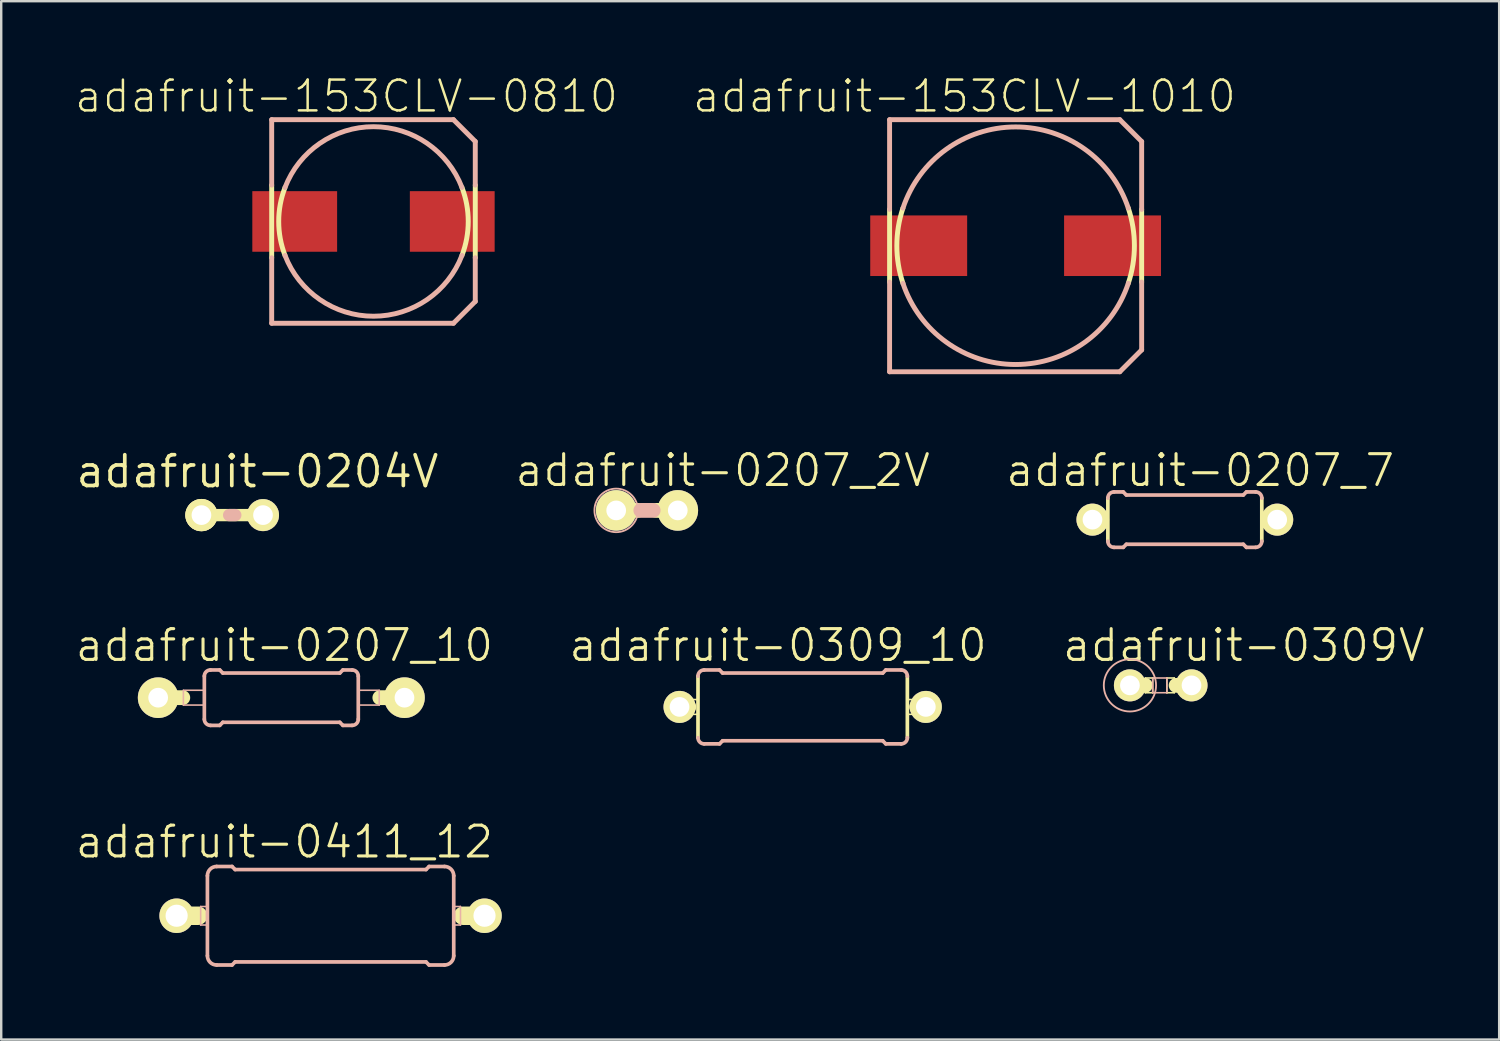
<source format=kicad_pcb>
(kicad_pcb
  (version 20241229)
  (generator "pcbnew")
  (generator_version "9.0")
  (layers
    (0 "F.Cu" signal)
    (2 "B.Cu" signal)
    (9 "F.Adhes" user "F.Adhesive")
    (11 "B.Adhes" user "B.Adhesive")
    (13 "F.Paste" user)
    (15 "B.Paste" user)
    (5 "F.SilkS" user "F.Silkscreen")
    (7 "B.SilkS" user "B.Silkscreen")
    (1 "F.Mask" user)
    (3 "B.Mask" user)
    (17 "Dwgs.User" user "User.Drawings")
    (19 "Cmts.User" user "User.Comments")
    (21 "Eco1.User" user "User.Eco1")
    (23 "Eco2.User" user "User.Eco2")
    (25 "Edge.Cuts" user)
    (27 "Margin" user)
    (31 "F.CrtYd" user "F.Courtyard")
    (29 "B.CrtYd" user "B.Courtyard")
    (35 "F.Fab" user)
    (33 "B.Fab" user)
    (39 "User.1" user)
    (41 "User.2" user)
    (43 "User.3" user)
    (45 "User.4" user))
  (footprint "adafruit-0204V"
    (layer "F.Cu")
    (at 6.529 18.198)
    (property "Reference" "adafruit-0204V" (at 1.041 -1.801 0) (layer "F.SilkS") (effects (font (size 1.27 1.27) (thickness 0.152))))
    (attr exclude_from_pos_files exclude_from_bom)
    (fp_line (start -1.27 0) (end 1.27 0) (stroke (width 0.508) (type solid)) (layer "F.SilkS"))
    (fp_circle (center -1.27 0) (end -1.714 0.445) (stroke (width 0.076) (type solid)) (fill no) (layer "F.SilkS"))
    (fp_circle (center -1.27 0) (end -1.587 0.318) (stroke (width 0.025) (type solid)) (fill no) (layer "F.SilkS"))
    (fp_line (start -0.127 0) (end 0.127 0) (stroke (width 0.508) (type solid)) (layer "B.SilkS"))
    (pad "1" thru_hole circle (at -1.27 0) (size 1.321 1.321) (drill 0.813) (layers "*.Cu" "F.Mask" "F.SilkS" "F.Paste"))
    (pad "2" thru_hole circle (at 1.27 0) (size 1.321 1.321) (drill 0.813) (layers "*.Cu" "F.Mask" "F.SilkS" "F.Paste")))
  (footprint "adafruit-0411_12"
    (layer "F.Cu")
    (at 10.586 34.724)
    (property "Reference" "adafruit-0411_12" (at -1.905 -3.048 0) (layer "F.SilkS") (effects (font (size 1.27 1.27) (thickness 0.127))))
    (attr exclude_from_pos_files exclude_from_bom)
    (fp_line (start -6.35 0) (end -5.461 0) (stroke (width 0.762) (type solid)) (layer "F.SilkS"))
    (fp_line (start 6.35 0) (end 5.461 0) (stroke (width 0.762) (type solid)) (layer "F.SilkS"))
    (fp_line (start -5.359 -0.381) (end -5.08 -0.381) (stroke (width 0.066) (type solid)) (layer "B.SilkS"))
    (fp_line (start -5.359 0.381) (end -5.359 -0.381) (stroke (width 0.066) (type solid)) (layer "B.SilkS"))
    (fp_line (start -5.359 0.381) (end -5.08 0.381) (stroke (width 0.066) (type solid)) (layer "B.SilkS"))
    (fp_line (start -5.08 -1.651) (end -5.08 1.651) (stroke (width 0.152) (type solid)) (layer "B.SilkS"))
    (fp_line (start -5.08 0.381) (end -5.08 -0.381) (stroke (width 0.066) (type solid)) (layer "B.SilkS"))
    (fp_line (start -4.699 -2.032) (end -4.064 -2.032) (stroke (width 0.152) (type solid)) (layer "B.SilkS"))
    (fp_line (start -4.699 2.032) (end -4.064 2.032) (stroke (width 0.152) (type solid)) (layer "B.SilkS"))
    (fp_line (start -3.937 -1.905) (end -4.064 -2.032) (stroke (width 0.152) (type solid)) (layer "B.SilkS"))
    (fp_line (start -3.937 -1.905) (end 3.937 -1.905) (stroke (width 0.152) (type solid)) (layer "B.SilkS"))
    (fp_line (start -3.937 1.905) (end -4.064 2.032) (stroke (width 0.152) (type solid)) (layer "B.SilkS"))
    (fp_line (start -3.937 1.905) (end 3.937 1.905) (stroke (width 0.152) (type solid)) (layer "B.SilkS"))
    (fp_line (start 3.937 -1.905) (end 4.064 -2.032) (stroke (width 0.152) (type solid)) (layer "B.SilkS"))
    (fp_line (start 3.937 1.905) (end 4.064 2.032) (stroke (width 0.152) (type solid)) (layer "B.SilkS"))
    (fp_line (start 4.699 -2.032) (end 4.064 -2.032) (stroke (width 0.152) (type solid)) (layer "B.SilkS"))
    (fp_line (start 4.699 2.032) (end 4.064 2.032) (stroke (width 0.152) (type solid)) (layer "B.SilkS"))
    (fp_line (start 5.08 -0.381) (end 5.359 -0.381) (stroke (width 0.066) (type solid)) (layer "B.SilkS"))
    (fp_line (start 5.08 0.381) (end 5.08 -0.381) (stroke (width 0.066) (type solid)) (layer "B.SilkS"))
    (fp_line (start 5.08 0.381) (end 5.359 0.381) (stroke (width 0.066) (type solid)) (layer "B.SilkS"))
    (fp_line (start 5.08 1.651) (end 5.08 -1.651) (stroke (width 0.152) (type solid)) (layer "B.SilkS"))
    (fp_line (start 5.359 0.381) (end 5.359 -0.381) (stroke (width 0.066) (type solid)) (layer "B.SilkS"))
    (fp_arc (start -5.08 -1.651) (mid -4.968408 -1.920408) (end -4.699 -2.032) (stroke (width 0.1524) (type solid)) (layer "B.SilkS"))
    (fp_arc (start -4.699 2.032) (mid -4.968408 1.920408) (end -5.08 1.651) (stroke (width 0.1524) (type solid)) (layer "B.SilkS"))
    (fp_arc (start 4.699 -2.032) (mid 4.968408 -1.920408) (end 5.08 -1.651) (stroke (width 0.1524) (type solid)) (layer "B.SilkS"))
    (fp_arc (start 5.08 1.651) (mid 4.968408 1.920408) (end 4.699 2.032) (stroke (width 0.1524) (type solid)) (layer "B.SilkS"))
    (pad "1" thru_hole circle (at -6.35 0) (size 1.422 1.422) (drill 0.914) (layers "*.Cu" "F.Mask" "F.SilkS" "F.Paste"))
    (pad "2" thru_hole circle (at 6.35 0) (size 1.422 1.422) (drill 0.914) (layers "*.Cu" "F.Mask" "F.SilkS" "F.Paste")))
  (footprint "adafruit-0309_10"
    (layer "F.Cu")
    (at 30.06 26.11)
    (property "Reference" "adafruit-0309_10" (at -1.016 -2.54 0) (layer "F.SilkS") (effects (font (size 1.27 1.27) (thickness 0.127))))
    (attr exclude_from_pos_files exclude_from_bom)
    (fp_line (start -4.699 0) (end -5.08 0) (stroke (width 0.61) (type solid)) (layer "F.SilkS"))
    (fp_line (start -4.623 -0.305) (end -4.318 -0.305) (stroke (width 0.066) (type solid)) (layer "F.SilkS"))
    (fp_line (start -4.623 0.305) (end -4.623 -0.305) (stroke (width 0.066) (type solid)) (layer "F.SilkS"))
    (fp_line (start -4.623 0.305) (end -4.318 0.305) (stroke (width 0.066) (type solid)) (layer "F.SilkS"))
    (fp_line (start -4.318 0.305) (end -4.318 -0.305) (stroke (width 0.066) (type solid)) (layer "F.SilkS"))
    (fp_line (start -4.318 1.27) (end -4.318 -1.27) (stroke (width 0.152) (type solid)) (layer "F.SilkS"))
    (fp_line (start 4.318 -0.305) (end 4.623 -0.305) (stroke (width 0.066) (type solid)) (layer "F.SilkS"))
    (fp_line (start 4.318 0.305) (end 4.318 -0.305) (stroke (width 0.066) (type solid)) (layer "F.SilkS"))
    (fp_line (start 4.318 0.305) (end 4.623 0.305) (stroke (width 0.066) (type solid)) (layer "F.SilkS"))
    (fp_line (start 4.318 1.27) (end 4.318 -1.27) (stroke (width 0.152) (type solid)) (layer "F.SilkS"))
    (fp_line (start 4.623 0.305) (end 4.623 -0.305) (stroke (width 0.066) (type solid)) (layer "F.SilkS"))
    (fp_line (start 5.08 0) (end 4.699 0) (stroke (width 0.61) (type solid)) (layer "F.SilkS"))
    (fp_line (start -4.064 -1.524) (end -3.429 -1.524) (stroke (width 0.152) (type solid)) (layer "B.SilkS"))
    (fp_line (start -4.064 1.524) (end -3.429 1.524) (stroke (width 0.152) (type solid)) (layer "B.SilkS"))
    (fp_line (start -3.302 -1.397) (end -3.429 -1.524) (stroke (width 0.152) (type solid)) (layer "B.SilkS"))
    (fp_line (start -3.302 1.397) (end -3.429 1.524) (stroke (width 0.152) (type solid)) (layer "B.SilkS"))
    (fp_line (start 3.302 -1.397) (end -3.302 -1.397) (stroke (width 0.152) (type solid)) (layer "B.SilkS"))
    (fp_line (start 3.302 -1.397) (end 3.429 -1.524) (stroke (width 0.152) (type solid)) (layer "B.SilkS"))
    (fp_line (start 3.302 1.397) (end -3.302 1.397) (stroke (width 0.152) (type solid)) (layer "B.SilkS"))
    (fp_line (start 3.302 1.397) (end 3.429 1.524) (stroke (width 0.152) (type solid)) (layer "B.SilkS"))
    (fp_line (start 4.064 -1.524) (end 3.429 -1.524) (stroke (width 0.152) (type solid)) (layer "B.SilkS"))
    (fp_line (start 4.064 1.524) (end 3.429 1.524) (stroke (width 0.152) (type solid)) (layer "B.SilkS"))
    (fp_arc (start -4.318 -1.27) (mid -4.243605 -1.449605) (end -4.064 -1.524) (stroke (width 0.1524) (type solid)) (layer "B.SilkS"))
    (fp_arc (start -4.064 1.524) (mid -4.243605 1.449605) (end -4.318 1.27) (stroke (width 0.1524) (type solid)) (layer "B.SilkS"))
    (fp_arc (start 4.064 -1.524) (mid 4.243605 -1.449605) (end 4.318 -1.27) (stroke (width 0.1524) (type solid)) (layer "B.SilkS"))
    (fp_arc (start 4.318 1.27) (mid 4.243605 1.449605) (end 4.064 1.524) (stroke (width 0.1524) (type solid)) (layer "B.SilkS"))
    (pad "1" thru_hole circle (at -5.08 0) (size 1.321 1.321) (drill 0.813) (layers "*.Cu" "F.Mask" "F.SilkS" "F.Paste"))
    (pad "2" thru_hole circle (at 5.08 0) (size 1.321 1.321) (drill 0.813) (layers "*.Cu" "F.Mask" "F.SilkS" "F.Paste")))
  (footprint "adafruit-0207_2V"
    (layer "F.Cu")
    (at 23.638 18.004)
    (property "Reference" "adafruit-0207_2V" (at 3.124 -1.651 0) (layer "F.SilkS") (effects (font (size 1.27 1.27) (thickness 0.127))))
    (attr exclude_from_pos_files exclude_from_bom)
    (fp_line (start -1.27 0) (end -0.381 0) (stroke (width 0.61) (type solid)) (layer "F.SilkS"))
    (fp_line (start 0.381 0) (end 1.27 0) (stroke (width 0.61) (type solid)) (layer "F.SilkS"))
    (fp_circle (center -1.27 0) (end -1.778 0.508) (stroke (width 0.076) (type solid)) (fill no) (layer "F.SilkS"))
    (fp_line (start -0.254 0) (end 0.254 0) (stroke (width 0.61) (type solid)) (layer "B.SilkS"))
    (fp_circle (center -1.27 0) (end -1.905 0.635) (stroke (width 0.076) (type solid)) (fill no) (layer "B.SilkS"))
    (pad "1" thru_hole circle (at -1.27 0) (size 1.676 1.676) (drill 0.813) (layers "*.Cu" "F.Mask" "F.SilkS" "F.Paste"))
    (pad "2" thru_hole circle (at 1.27 0) (size 1.676 1.676) (drill 0.813) (layers "*.Cu" "F.Mask" "F.SilkS" "F.Paste")))
  (footprint "adafruit-0309V"
    (layer "F.Cu")
    (at 44.829 25.221)
    (property "Reference" "adafruit-0309V" (at 3.429 -1.651 0) (layer "F.SilkS") (effects (font (size 1.27 1.27) (thickness 0.127))))
    (attr exclude_from_pos_files exclude_from_bom)
    (fp_line (start -0.635 -0.305) (end -0.33 -0.305) (stroke (width 0.066) (type solid)) (layer "F.SilkS"))
    (fp_line (start -0.635 0) (end -1.27 0) (stroke (width 0.61) (type solid)) (layer "F.SilkS"))
    (fp_line (start -0.635 0.305) (end -0.635 -0.305) (stroke (width 0.066) (type solid)) (layer "F.SilkS"))
    (fp_line (start -0.635 0.305) (end -0.33 0.305) (stroke (width 0.066) (type solid)) (layer "F.SilkS"))
    (fp_line (start -0.33 0.305) (end -0.33 -0.305) (stroke (width 0.066) (type solid)) (layer "F.SilkS"))
    (fp_line (start 0.254 -0.305) (end 0.559 -0.305) (stroke (width 0.066) (type solid)) (layer "F.SilkS"))
    (fp_line (start 0.254 0.305) (end 0.254 -0.305) (stroke (width 0.066) (type solid)) (layer "F.SilkS"))
    (fp_line (start 0.254 0.305) (end 0.559 0.305) (stroke (width 0.066) (type solid)) (layer "F.SilkS"))
    (fp_line (start 0.559 0.305) (end 0.559 -0.305) (stroke (width 0.066) (type solid)) (layer "F.SilkS"))
    (fp_line (start 1.27 0) (end 0.635 0) (stroke (width 0.61) (type solid)) (layer "F.SilkS"))
    (fp_circle (center -1.27 0) (end -1.651 0.381) (stroke (width 0.076) (type solid)) (fill no) (layer "F.SilkS"))
    (fp_line (start -0.33 -0.305) (end 0.254 -0.305) (stroke (width 0.066) (type solid)) (layer "B.SilkS"))
    (fp_line (start -0.33 0.305) (end -0.33 -0.305) (stroke (width 0.066) (type solid)) (layer "B.SilkS"))
    (fp_line (start -0.33 0.305) (end 0.254 0.305) (stroke (width 0.066) (type solid)) (layer "B.SilkS"))
    (fp_line (start 0.254 0.305) (end 0.254 -0.305) (stroke (width 0.066) (type solid)) (layer "B.SilkS"))
    (fp_circle (center -1.27 0) (end -2.032 0.762) (stroke (width 0.076) (type solid)) (fill no) (layer "B.SilkS"))
    (pad "1" thru_hole circle (at -1.27 0) (size 1.321 1.321) (drill 0.813) (layers "*.Cu" "F.Mask" "F.SilkS" "F.Paste"))
    (pad "2" thru_hole circle (at 1.27 0) (size 1.321 1.321) (drill 0.813) (layers "*.Cu" "F.Mask" "F.SilkS" "F.Paste")))
  (footprint "adafruit-0207_7"
    (layer "F.Cu")
    (at 45.824 18.385)
    (property "Reference" "adafruit-0207_7" (at 0.635 -2.032 0) (layer "F.SilkS") (effects (font (size 1.27 1.27) (thickness 0.127))))
    (attr exclude_from_pos_files exclude_from_bom)
    (fp_line (start -3.81 0) (end -3.429 0) (stroke (width 0.61) (type solid)) (layer "F.SilkS"))
    (fp_line (start -3.429 -0.305) (end -3.175 -0.305) (stroke (width 0.066) (type solid)) (layer "F.SilkS"))
    (fp_line (start -3.429 0.305) (end -3.429 -0.305) (stroke (width 0.066) (type solid)) (layer "F.SilkS"))
    (fp_line (start -3.429 0.305) (end -3.175 0.305) (stroke (width 0.066) (type solid)) (layer "F.SilkS"))
    (fp_line (start -3.175 0.305) (end -3.175 -0.305) (stroke (width 0.066) (type solid)) (layer "F.SilkS"))
    (fp_line (start -3.175 0.889) (end -3.175 -0.889) (stroke (width 0.152) (type solid)) (layer "F.SilkS"))
    (fp_line (start 3.175 -0.305) (end 3.429 -0.305) (stroke (width 0.066) (type solid)) (layer "F.SilkS"))
    (fp_line (start 3.175 0.305) (end 3.175 -0.305) (stroke (width 0.066) (type solid)) (layer "F.SilkS"))
    (fp_line (start 3.175 0.305) (end 3.429 0.305) (stroke (width 0.066) (type solid)) (layer "F.SilkS"))
    (fp_line (start 3.175 0.889) (end 3.175 -0.889) (stroke (width 0.152) (type solid)) (layer "F.SilkS"))
    (fp_line (start 3.429 0) (end 3.81 0) (stroke (width 0.61) (type solid)) (layer "F.SilkS"))
    (fp_line (start 3.429 0.305) (end 3.429 -0.305) (stroke (width 0.066) (type solid)) (layer "F.SilkS"))
    (fp_line (start -2.921 -1.143) (end -2.54 -1.143) (stroke (width 0.152) (type solid)) (layer "B.SilkS"))
    (fp_line (start -2.921 1.143) (end -2.54 1.143) (stroke (width 0.152) (type solid)) (layer "B.SilkS"))
    (fp_line (start -2.413 -1.016) (end -2.54 -1.143) (stroke (width 0.152) (type solid)) (layer "B.SilkS"))
    (fp_line (start -2.413 1.016) (end -2.54 1.143) (stroke (width 0.152) (type solid)) (layer "B.SilkS"))
    (fp_line (start 2.413 -1.016) (end -2.413 -1.016) (stroke (width 0.152) (type solid)) (layer "B.SilkS"))
    (fp_line (start 2.413 -1.016) (end 2.54 -1.143) (stroke (width 0.152) (type solid)) (layer "B.SilkS"))
    (fp_line (start 2.413 1.016) (end -2.413 1.016) (stroke (width 0.152) (type solid)) (layer "B.SilkS"))
    (fp_line (start 2.413 1.016) (end 2.54 1.143) (stroke (width 0.152) (type solid)) (layer "B.SilkS"))
    (fp_line (start 2.921 -1.143) (end 2.54 -1.143) (stroke (width 0.152) (type solid)) (layer "B.SilkS"))
    (fp_line (start 2.921 1.143) (end 2.54 1.143) (stroke (width 0.152) (type solid)) (layer "B.SilkS"))
    (fp_arc (start -3.175 -0.889) (mid -3.100605 -1.068605) (end -2.921 -1.143) (stroke (width 0.1524) (type solid)) (layer "B.SilkS"))
    (fp_arc (start -2.921 1.143) (mid -3.100605 1.068605) (end -3.175 0.889) (stroke (width 0.1524) (type solid)) (layer "B.SilkS"))
    (fp_arc (start 2.921 -1.143) (mid 3.100605 -1.068605) (end 3.175 -0.889) (stroke (width 0.1524) (type solid)) (layer "B.SilkS"))
    (fp_arc (start 3.175 0.889) (mid 3.100605 1.068605) (end 2.921 1.143) (stroke (width 0.1524) (type solid)) (layer "B.SilkS"))
    (pad "1" thru_hole circle (at -3.81 0) (size 1.321 1.321) (drill 0.813) (layers "*.Cu" "F.Mask" "F.SilkS" "F.Paste"))
    (pad "2" thru_hole circle (at 3.81 0) (size 1.321 1.321) (drill 0.813) (layers "*.Cu" "F.Mask" "F.SilkS" "F.Paste")))
  (footprint "adafruit-153CLV-1010"
    (layer "F.Cu")
    (at 38.844 7.086)
    (property "Reference" "adafruit-153CLV-1010" (at -2.113 -6.165 0) (layer "F.SilkS") (effects (font (size 1.27 1.27) (thickness 0.102))))
    (attr smd)
    (fp_line (start -5.199 1.499) (end -5.199 -1.499) (stroke (width 0.203) (type solid)) (layer "F.SilkS"))
    (fp_line (start 5.199 -1.499) (end 5.199 1.499) (stroke (width 0.203) (type solid)) (layer "F.SilkS"))
    (fp_arc (start -4.6482 1.5494) (mid -4.899632 0.002989) (end -4.650087 -1.543728) (stroke (width 0.2032) (type solid)) (layer "F.SilkS"))
    (fp_arc (start 4.6482 -1.5494) (mid 4.899632 -0.002989) (end 4.650087 1.543728) (stroke (width 0.2032) (type solid)) (layer "F.SilkS"))
    (fp_line (start -5.199 -5.199) (end 4.298 -5.199) (stroke (width 0.203) (type solid)) (layer "B.SilkS"))
    (fp_line (start -5.199 -1.499) (end -5.199 -5.199) (stroke (width 0.203) (type solid)) (layer "B.SilkS"))
    (fp_line (start -5.199 5.199) (end -5.199 1.499) (stroke (width 0.203) (type solid)) (layer "B.SilkS"))
    (fp_line (start 4.298 -5.199) (end 5.199 -4.298) (stroke (width 0.203) (type solid)) (layer "B.SilkS"))
    (fp_line (start 4.298 5.199) (end -5.199 5.199) (stroke (width 0.203) (type solid)) (layer "B.SilkS"))
    (fp_line (start 5.199 -4.298) (end 5.199 -1.499) (stroke (width 0.203) (type solid)) (layer "B.SilkS"))
    (fp_line (start 5.199 1.499) (end 5.199 4.298) (stroke (width 0.203) (type solid)) (layer "B.SilkS"))
    (fp_line (start 5.199 4.298) (end 4.298 5.199) (stroke (width 0.203) (type solid)) (layer "B.SilkS"))
    (fp_arc (start -4.6482 -1.5494) (mid -0.001287 -4.899633) (end 4.647385 -1.551842) (stroke (width 0.2032) (type solid)) (layer "B.SilkS"))
    (fp_arc (start 4.6482 1.5494) (mid 0.001287 4.899633) (end -4.647385 1.551842) (stroke (width 0.2032) (type solid)) (layer "B.SilkS"))
    (pad "+" smd rect (at 3.998 0) (size 3.998 2.499) (layers "F.Cu" "F.Mask" "F.Paste"))
    (pad "-" smd rect (at -3.998 0) (size 3.998 2.499) (layers "F.Cu" "F.Mask" "F.Paste")))
  (footprint "adafruit-0207_10"
    (layer "F.Cu")
    (at 8.554 25.729)
    (property "Reference" "adafruit-0207_10" (at 0.127 -2.159 0) (layer "F.SilkS") (effects (font (size 1.27 1.27) (thickness 0.127))))
    (attr exclude_from_pos_files exclude_from_bom)
    (fp_line (start -5.08 0) (end -4.064 0) (stroke (width 0.61) (type solid)) (layer "F.SilkS"))
    (fp_line (start 5.08 0) (end 4.064 0) (stroke (width 0.61) (type solid)) (layer "F.SilkS"))
    (fp_line (start -4.039 -0.305) (end -3.175 -0.305) (stroke (width 0.066) (type solid)) (layer "B.SilkS"))
    (fp_line (start -4.039 0.305) (end -4.039 -0.305) (stroke (width 0.066) (type solid)) (layer "B.SilkS"))
    (fp_line (start -4.039 0.305) (end -3.175 0.305) (stroke (width 0.066) (type solid)) (layer "B.SilkS"))
    (fp_line (start -3.175 0.305) (end -3.175 -0.305) (stroke (width 0.066) (type solid)) (layer "B.SilkS"))
    (fp_line (start -3.175 0.889) (end -3.175 -0.889) (stroke (width 0.152) (type solid)) (layer "B.SilkS"))
    (fp_line (start -2.921 -1.143) (end -2.54 -1.143) (stroke (width 0.152) (type solid)) (layer "B.SilkS"))
    (fp_line (start -2.921 1.143) (end -2.54 1.143) (stroke (width 0.152) (type solid)) (layer "B.SilkS"))
    (fp_line (start -2.413 -1.016) (end -2.54 -1.143) (stroke (width 0.152) (type solid)) (layer "B.SilkS"))
    (fp_line (start -2.413 1.016) (end -2.54 1.143) (stroke (width 0.152) (type solid)) (layer "B.SilkS"))
    (fp_line (start 2.413 -1.016) (end -2.413 -1.016) (stroke (width 0.152) (type solid)) (layer "B.SilkS"))
    (fp_line (start 2.413 -1.016) (end 2.54 -1.143) (stroke (width 0.152) (type solid)) (layer "B.SilkS"))
    (fp_line (start 2.413 1.016) (end -2.413 1.016) (stroke (width 0.152) (type solid)) (layer "B.SilkS"))
    (fp_line (start 2.413 1.016) (end 2.54 1.143) (stroke (width 0.152) (type solid)) (layer "B.SilkS"))
    (fp_line (start 2.921 -1.143) (end 2.54 -1.143) (stroke (width 0.152) (type solid)) (layer "B.SilkS"))
    (fp_line (start 2.921 1.143) (end 2.54 1.143) (stroke (width 0.152) (type solid)) (layer "B.SilkS"))
    (fp_line (start 3.175 -0.305) (end 4.039 -0.305) (stroke (width 0.066) (type solid)) (layer "B.SilkS"))
    (fp_line (start 3.175 0.305) (end 3.175 -0.305) (stroke (width 0.066) (type solid)) (layer "B.SilkS"))
    (fp_line (start 3.175 0.305) (end 4.039 0.305) (stroke (width 0.066) (type solid)) (layer "B.SilkS"))
    (fp_line (start 3.175 0.889) (end 3.175 -0.889) (stroke (width 0.152) (type solid)) (layer "B.SilkS"))
    (fp_line (start 4.039 0.305) (end 4.039 -0.305) (stroke (width 0.066) (type solid)) (layer "B.SilkS"))
    (fp_arc (start -3.175 -0.889) (mid -3.100605 -1.068605) (end -2.921 -1.143) (stroke (width 0.1524) (type solid)) (layer "B.SilkS"))
    (fp_arc (start -2.921 1.143) (mid -3.100605 1.068605) (end -3.175 0.889) (stroke (width 0.1524) (type solid)) (layer "B.SilkS"))
    (fp_arc (start 2.921 -1.143) (mid 3.100605 -1.068605) (end 3.175 -0.889) (stroke (width 0.1524) (type solid)) (layer "B.SilkS"))
    (fp_arc (start 3.175 0.889) (mid 3.100605 1.068605) (end 2.921 1.143) (stroke (width 0.1524) (type solid)) (layer "B.SilkS"))
    (pad "1" thru_hole circle (at -5.08 0) (size 1.676 1.676) (drill 0.813) (layers "*.Cu" "F.Mask" "F.SilkS" "F.Paste"))
    (pad "2" thru_hole circle (at 5.08 0) (size 1.676 1.676) (drill 0.813) (layers "*.Cu" "F.Mask" "F.SilkS" "F.Paste")))
  (footprint "adafruit-153CLV-0810"
    (layer "F.Cu")
    (at 12.356 6.085)
    (property "Reference" "adafruit-153CLV-0810" (at -1.113 -5.164 0) (layer "F.SilkS") (effects (font (size 1.27 1.27) (thickness 0.102))))
    (attr smd)
    (fp_line (start -4.199 1.499) (end -4.199 -1.499) (stroke (width 0.203) (type solid)) (layer "F.SilkS"))
    (fp_line (start 4.199 -1.499) (end 4.199 1.499) (stroke (width 0.203) (type solid)) (layer "F.SilkS"))
    (fp_arc (start -3.64998 1.39954) (mid -3.9091 0.001959) (end -3.651381 -1.395882) (stroke (width 0.2032) (type solid)) (layer "F.SilkS"))
    (fp_arc (start 3.64998 -1.39954) (mid 3.9091 -0.001959) (end 3.651381 1.395882) (stroke (width 0.2032) (type solid)) (layer "F.SilkS"))
    (fp_line (start -4.199 -4.199) (end 3.299 -4.199) (stroke (width 0.203) (type solid)) (layer "B.SilkS"))
    (fp_line (start -4.199 -1.499) (end -4.199 -4.199) (stroke (width 0.203) (type solid)) (layer "B.SilkS"))
    (fp_line (start -4.199 4.199) (end -4.199 1.499) (stroke (width 0.203) (type solid)) (layer "B.SilkS"))
    (fp_line (start 3.299 -4.199) (end 4.199 -3.299) (stroke (width 0.203) (type solid)) (layer "B.SilkS"))
    (fp_line (start 3.299 4.199) (end -4.199 4.199) (stroke (width 0.203) (type solid)) (layer "B.SilkS"))
    (fp_line (start 4.199 -3.299) (end 4.199 -1.499) (stroke (width 0.203) (type solid)) (layer "B.SilkS"))
    (fp_line (start 4.199 1.499) (end 4.199 3.299) (stroke (width 0.203) (type solid)) (layer "B.SilkS"))
    (fp_line (start 4.199 3.299) (end 3.299 4.199) (stroke (width 0.203) (type solid)) (layer "B.SilkS"))
    (fp_arc (start -3.64998 -1.39954) (mid -0.001452 -3.9091) (end 3.648939 -1.402252) (stroke (width 0.2032) (type solid)) (layer "B.SilkS"))
    (fp_arc (start 3.64998 1.39954) (mid 0.001452 3.9091) (end -3.648939 1.402252) (stroke (width 0.2032) (type solid)) (layer "B.SilkS"))
    (pad "+" smd rect (at 3.249 0) (size 3.498 2.499) (layers "F.Cu" "F.Mask" "F.Paste"))
    (pad "-" smd rect (at -3.249 0) (size 3.498 2.499) (layers "F.Cu" "F.Mask" "F.Paste")))
  (gr_rect
    (start -3 -3)
    (end 58.79 39.832)
    (stroke (width 0.1) (type default))
    (fill no)
    (layer "Edge.Cuts")))
</source>
